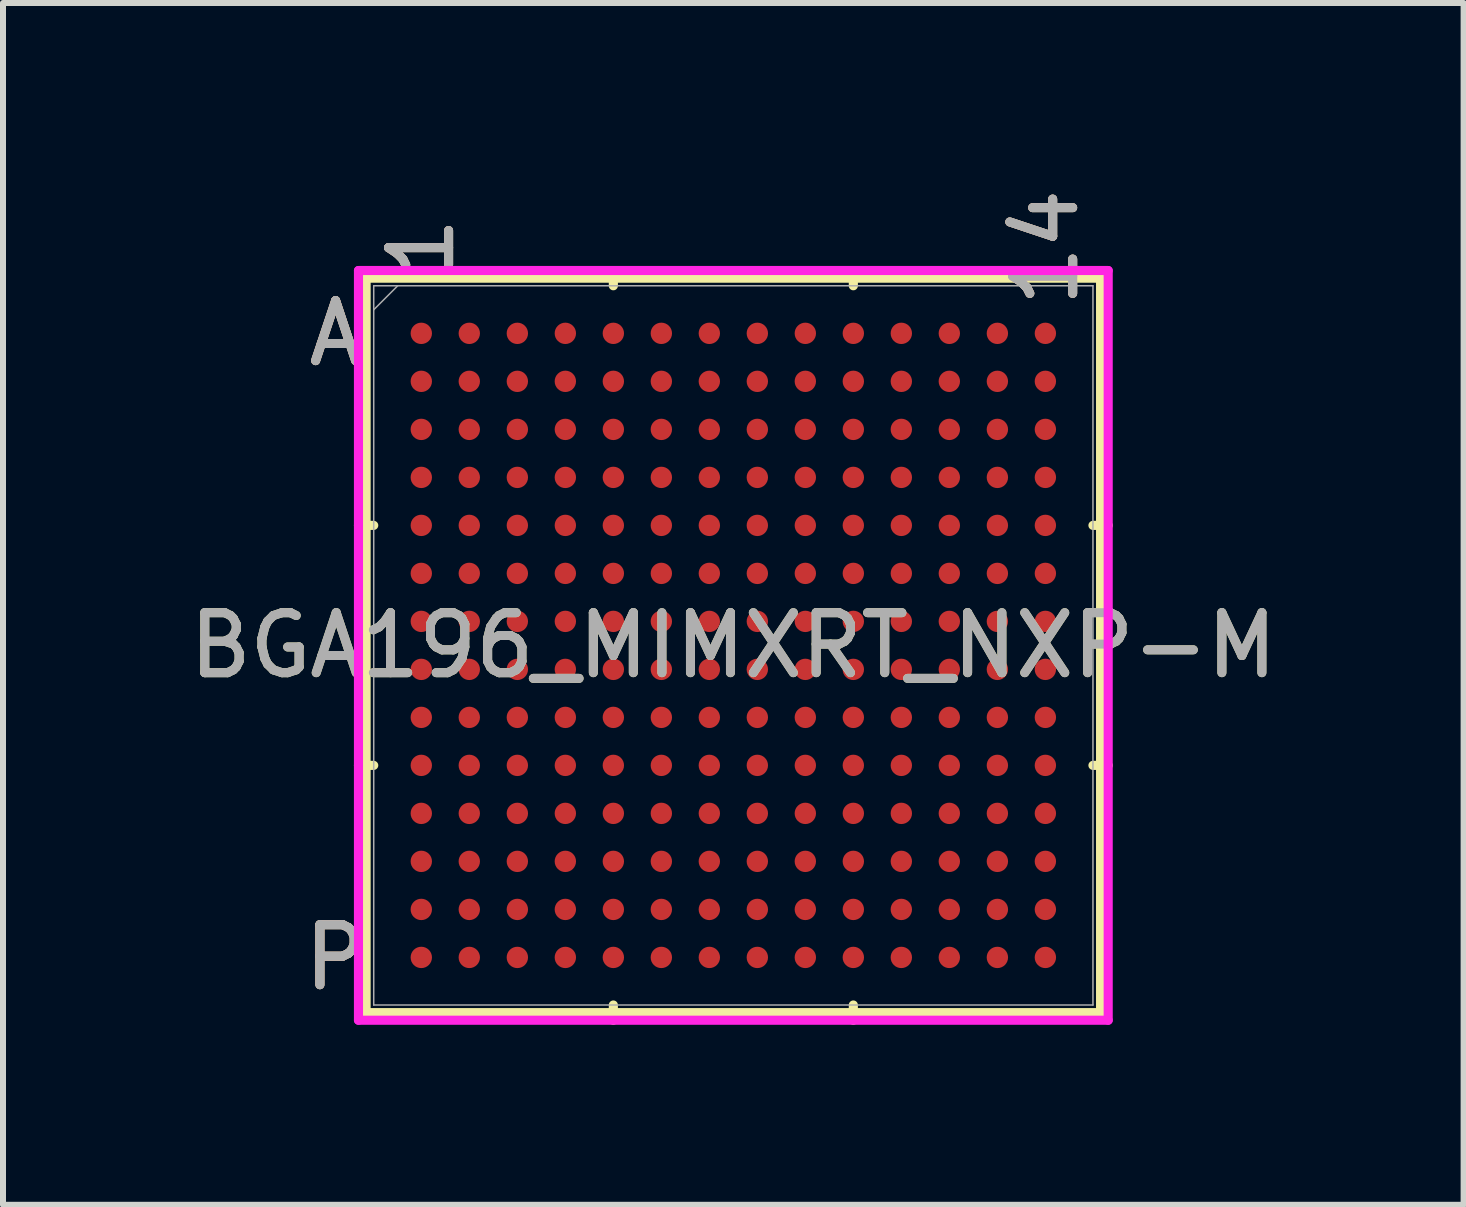
<source format=kicad_pcb>
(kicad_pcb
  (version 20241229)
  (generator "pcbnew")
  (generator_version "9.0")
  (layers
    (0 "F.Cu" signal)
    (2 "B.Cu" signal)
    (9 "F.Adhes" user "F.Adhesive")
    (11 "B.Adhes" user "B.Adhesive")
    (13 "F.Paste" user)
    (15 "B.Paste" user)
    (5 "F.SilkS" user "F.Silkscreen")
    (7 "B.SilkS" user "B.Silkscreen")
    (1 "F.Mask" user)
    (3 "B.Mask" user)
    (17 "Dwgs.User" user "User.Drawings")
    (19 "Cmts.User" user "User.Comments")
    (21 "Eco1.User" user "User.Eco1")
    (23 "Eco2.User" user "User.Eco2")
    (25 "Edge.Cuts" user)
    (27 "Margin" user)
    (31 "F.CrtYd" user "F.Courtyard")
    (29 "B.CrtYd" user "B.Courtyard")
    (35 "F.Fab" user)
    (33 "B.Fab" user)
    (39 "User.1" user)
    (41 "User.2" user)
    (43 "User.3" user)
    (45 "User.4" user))
  (footprint "BGA196_MIMXRT_NXP-M"
    (layer "F.Cu")
    (at 9.173 7.707)
    (property "Reference" "BGA196_MIMXRT_NXP-M" (at 0 0 0) (unlocked yes) (layer "F.SilkS") (effects (font (size 1 1) (thickness 0.15))))
    (attr smd)
    (fp_line (start -6.121 -6.121) (end -6.121 6.121) (stroke (width 0.152) (type solid)) (layer "F.SilkS"))
    (fp_line (start -6.121 6.121) (end 6.121 6.121) (stroke (width 0.152) (type solid)) (layer "F.SilkS"))
    (fp_line (start -5.994 -2) (end -6.248 -2) (stroke (width 0.152) (type solid)) (layer "F.SilkS"))
    (fp_line (start -5.994 2) (end -6.248 2) (stroke (width 0.152) (type solid)) (layer "F.SilkS"))
    (fp_line (start -2 -5.994) (end -2 -6.248) (stroke (width 0.152) (type solid)) (layer "F.SilkS"))
    (fp_line (start -2 5.994) (end -2 6.248) (stroke (width 0.152) (type solid)) (layer "F.SilkS"))
    (fp_line (start 2 -5.994) (end 2 -6.248) (stroke (width 0.152) (type solid)) (layer "F.SilkS"))
    (fp_line (start 2 5.994) (end 2 6.248) (stroke (width 0.152) (type solid)) (layer "F.SilkS"))
    (fp_line (start 5.994 -2) (end 6.248 -2) (stroke (width 0.152) (type solid)) (layer "F.SilkS"))
    (fp_line (start 5.994 2) (end 6.248 2) (stroke (width 0.152) (type solid)) (layer "F.SilkS"))
    (fp_line (start 6.121 -6.121) (end -6.121 -6.121) (stroke (width 0.152) (type solid)) (layer "F.SilkS"))
    (fp_line (start 6.121 6.121) (end 6.121 -6.121) (stroke (width 0.152) (type solid)) (layer "F.SilkS"))
    (fp_poly (pts (xy -6.045 -6.045) (xy 6.045 -6.045) (xy 6.045 6.045) (xy -6.045 6.045)) (stroke (width 0.1) (type solid)) (fill no) (layer "Eco2.User"))
    (fp_line (start -6.248 -6.248) (end 6.248 -6.248) (stroke (width 0.152) (type solid)) (layer "F.CrtYd"))
    (fp_line (start -6.248 6.248) (end -6.248 -6.248) (stroke (width 0.152) (type solid)) (layer "F.CrtYd"))
    (fp_line (start 6.248 -6.248) (end 6.248 6.248) (stroke (width 0.152) (type solid)) (layer "F.CrtYd"))
    (fp_line (start 6.248 6.248) (end -6.248 6.248) (stroke (width 0.152) (type solid)) (layer "F.CrtYd"))
    (fp_line (start -5.994 -5.994) (end -5.994 5.994) (stroke (width 0.025) (type solid)) (layer "F.Fab"))
    (fp_line (start -5.994 5.994) (end 5.994 5.994) (stroke (width 0.025) (type solid)) (layer "F.Fab"))
    (fp_line (start -5.594 -5.994) (end -5.994 -5.594) (stroke (width 0.025) (type solid)) (layer "F.Fab"))
    (fp_line (start 5.994 -5.994) (end -5.994 -5.994) (stroke (width 0.025) (type solid)) (layer "F.Fab"))
    (fp_line (start 5.994 5.994) (end 5.994 -5.994) (stroke (width 0.025) (type solid)) (layer "F.Fab"))
    (fp_text user "P" (at -6.629 5.201 0) (unlocked yes) (layer "F.SilkS") (effects (font (size 1 1) (thickness 0.15))))
    (fp_text user "1" (at -5.201 -6.629 90) (unlocked yes) (layer "F.SilkS") (effects (font (size 1 1) (thickness 0.15))))
    (fp_text user "14" (at 5.201 -6.629 90) (unlocked yes) (layer "F.SilkS") (effects (font (size 1 1) (thickness 0.15))))
    (fp_text user "A" (at -6.629 -5.201 0) (unlocked yes) (layer "F.SilkS") (effects (font (size 1 1) (thickness 0.15))))
    (fp_text user "P" (at -6.629 5.201 0) (unlocked yes) (layer "B.SilkS") (effects (font (size 1 1) (thickness 0.15))))
    (fp_text user "14" (at 5.201 -6.629 90) (unlocked yes) (layer "B.SilkS") (effects (font (size 1 1) (thickness 0.15))))
    (fp_text user "A" (at -6.629 -5.201 0) (unlocked yes) (layer "B.SilkS") (effects (font (size 1 1) (thickness 0.15))))
    (fp_text user "1" (at -5.201 -6.629 90) (unlocked yes) (layer "B.SilkS") (effects (font (size 1 1) (thickness 0.15))))
    (fp_text user "P" (at -6.629 5.201 0) (unlocked yes) (layer "F.Fab") (effects (font (size 1 1) (thickness 0.15))))
    (fp_text user "1" (at -5.201 -6.629 90) (unlocked yes) (layer "F.Fab") (effects (font (size 1 1) (thickness 0.15))))
    (fp_text user "${REFERENCE}" (at 0 0 0) (unlocked yes) (layer "F.Fab") (effects (font (size 1 1) (thickness 0.15))))
    (fp_text user "A" (at -6.629 -5.201 0) (unlocked yes) (layer "F.Fab") (effects (font (size 1 1) (thickness 0.15))))
    (fp_text user "14" (at 5.201 -6.629 90) (unlocked yes) (layer "F.Fab") (effects (font (size 1 1) (thickness 0.15))))
    (pad "A1" smd circle (at -5.201 -5.201) (size 0.356 0.356) (layers "F.Cu" "F.Mask" "F.Paste"))
    (pad "A2" smd circle (at -4.401 -5.201) (size 0.356 0.356) (layers "F.Cu" "F.Mask" "F.Paste"))
    (pad "A3" smd circle (at -3.6 -5.201) (size 0.356 0.356) (layers "F.Cu" "F.Mask" "F.Paste"))
    (pad "A4" smd circle (at -2.8 -5.201) (size 0.356 0.356) (layers "F.Cu" "F.Mask" "F.Paste"))
    (pad "A5" smd circle (at -2 -5.201) (size 0.356 0.356) (layers "F.Cu" "F.Mask" "F.Paste"))
    (pad "A6" smd circle (at -1.2 -5.201) (size 0.356 0.356) (layers "F.Cu" "F.Mask" "F.Paste"))
    (pad "A7" smd circle (at -0.4 -5.201) (size 0.356 0.356) (layers "F.Cu" "F.Mask" "F.Paste"))
    (pad "A8" smd circle (at 0.4 -5.201) (size 0.356 0.356) (layers "F.Cu" "F.Mask" "F.Paste"))
    (pad "A9" smd circle (at 1.2 -5.201) (size 0.356 0.356) (layers "F.Cu" "F.Mask" "F.Paste"))
    (pad "A10" smd circle (at 2 -5.201) (size 0.356 0.356) (layers "F.Cu" "F.Mask" "F.Paste"))
    (pad "A11" smd circle (at 2.8 -5.201) (size 0.356 0.356) (layers "F.Cu" "F.Mask" "F.Paste"))
    (pad "A12" smd circle (at 3.6 -5.201) (size 0.356 0.356) (layers "F.Cu" "F.Mask" "F.Paste"))
    (pad "A13" smd circle (at 4.401 -5.201) (size 0.356 0.356) (layers "F.Cu" "F.Mask" "F.Paste"))
    (pad "A14" smd circle (at 5.201 -5.201) (size 0.356 0.356) (layers "F.Cu" "F.Mask" "F.Paste"))
    (pad "B1" smd circle (at -5.201 -4.401) (size 0.356 0.356) (layers "F.Cu" "F.Mask" "F.Paste"))
    (pad "B2" smd circle (at -4.401 -4.401) (size 0.356 0.356) (layers "F.Cu" "F.Mask" "F.Paste"))
    (pad "B3" smd circle (at -3.6 -4.401) (size 0.356 0.356) (layers "F.Cu" "F.Mask" "F.Paste"))
    (pad "B4" smd circle (at -2.8 -4.401) (size 0.356 0.356) (layers "F.Cu" "F.Mask" "F.Paste"))
    (pad "B5" smd circle (at -2 -4.401) (size 0.356 0.356) (layers "F.Cu" "F.Mask" "F.Paste"))
    (pad "B6" smd circle (at -1.2 -4.401) (size 0.356 0.356) (layers "F.Cu" "F.Mask" "F.Paste"))
    (pad "B7" smd circle (at -0.4 -4.401) (size 0.356 0.356) (layers "F.Cu" "F.Mask" "F.Paste"))
    (pad "B8" smd circle (at 0.4 -4.401) (size 0.356 0.356) (layers "F.Cu" "F.Mask" "F.Paste"))
    (pad "B9" smd circle (at 1.2 -4.401) (size 0.356 0.356) (layers "F.Cu" "F.Mask" "F.Paste"))
    (pad "B10" smd circle (at 2 -4.401) (size 0.356 0.356) (layers "F.Cu" "F.Mask" "F.Paste"))
    (pad "B11" smd circle (at 2.8 -4.401) (size 0.356 0.356) (layers "F.Cu" "F.Mask" "F.Paste"))
    (pad "B12" smd circle (at 3.6 -4.401) (size 0.356 0.356) (layers "F.Cu" "F.Mask" "F.Paste"))
    (pad "B13" smd circle (at 4.401 -4.401) (size 0.356 0.356) (layers "F.Cu" "F.Mask" "F.Paste"))
    (pad "B14" smd circle (at 5.201 -4.401) (size 0.356 0.356) (layers "F.Cu" "F.Mask" "F.Paste"))
    (pad "C1" smd circle (at -5.201 -3.6) (size 0.356 0.356) (layers "F.Cu" "F.Mask" "F.Paste"))
    (pad "C2" smd circle (at -4.401 -3.6) (size 0.356 0.356) (layers "F.Cu" "F.Mask" "F.Paste"))
    (pad "C3" smd circle (at -3.6 -3.6) (size 0.356 0.356) (layers "F.Cu" "F.Mask" "F.Paste"))
    (pad "C4" smd circle (at -2.8 -3.6) (size 0.356 0.356) (layers "F.Cu" "F.Mask" "F.Paste"))
    (pad "C5" smd circle (at -2 -3.6) (size 0.356 0.356) (layers "F.Cu" "F.Mask" "F.Paste"))
    (pad "C6" smd circle (at -1.2 -3.6) (size 0.356 0.356) (layers "F.Cu" "F.Mask" "F.Paste"))
    (pad "C7" smd circle (at -0.4 -3.6) (size 0.356 0.356) (layers "F.Cu" "F.Mask" "F.Paste"))
    (pad "C8" smd circle (at 0.4 -3.6) (size 0.356 0.356) (layers "F.Cu" "F.Mask" "F.Paste"))
    (pad "C9" smd circle (at 1.2 -3.6) (size 0.356 0.356) (layers "F.Cu" "F.Mask" "F.Paste"))
    (pad "C10" smd circle (at 2 -3.6) (size 0.356 0.356) (layers "F.Cu" "F.Mask" "F.Paste"))
    (pad "C11" smd circle (at 2.8 -3.6) (size 0.356 0.356) (layers "F.Cu" "F.Mask" "F.Paste"))
    (pad "C12" smd circle (at 3.6 -3.6) (size 0.356 0.356) (layers "F.Cu" "F.Mask" "F.Paste"))
    (pad "C13" smd circle (at 4.401 -3.6) (size 0.356 0.356) (layers "F.Cu" "F.Mask" "F.Paste"))
    (pad "C14" smd circle (at 5.201 -3.6) (size 0.356 0.356) (layers "F.Cu" "F.Mask" "F.Paste"))
    (pad "D1" smd circle (at -5.201 -2.8) (size 0.356 0.356) (layers "F.Cu" "F.Mask" "F.Paste"))
    (pad "D2" smd circle (at -4.401 -2.8) (size 0.356 0.356) (layers "F.Cu" "F.Mask" "F.Paste"))
    (pad "D3" smd circle (at -3.6 -2.8) (size 0.356 0.356) (layers "F.Cu" "F.Mask" "F.Paste"))
    (pad "D4" smd circle (at -2.8 -2.8) (size 0.356 0.356) (layers "F.Cu" "F.Mask" "F.Paste"))
    (pad "D5" smd circle (at -2 -2.8) (size 0.356 0.356) (layers "F.Cu" "F.Mask" "F.Paste"))
    (pad "D6" smd circle (at -1.2 -2.8) (size 0.356 0.356) (layers "F.Cu" "F.Mask" "F.Paste"))
    (pad "D7" smd circle (at -0.4 -2.8) (size 0.356 0.356) (layers "F.Cu" "F.Mask" "F.Paste"))
    (pad "D8" smd circle (at 0.4 -2.8) (size 0.356 0.356) (layers "F.Cu" "F.Mask" "F.Paste"))
    (pad "D9" smd circle (at 1.2 -2.8) (size 0.356 0.356) (layers "F.Cu" "F.Mask" "F.Paste"))
    (pad "D10" smd circle (at 2 -2.8) (size 0.356 0.356) (layers "F.Cu" "F.Mask" "F.Paste"))
    (pad "D11" smd circle (at 2.8 -2.8) (size 0.356 0.356) (layers "F.Cu" "F.Mask" "F.Paste"))
    (pad "D12" smd circle (at 3.6 -2.8) (size 0.356 0.356) (layers "F.Cu" "F.Mask" "F.Paste"))
    (pad "D13" smd circle (at 4.401 -2.8) (size 0.356 0.356) (layers "F.Cu" "F.Mask" "F.Paste"))
    (pad "D14" smd circle (at 5.201 -2.8) (size 0.356 0.356) (layers "F.Cu" "F.Mask" "F.Paste"))
    (pad "E1" smd circle (at -5.201 -2) (size 0.356 0.356) (layers "F.Cu" "F.Mask" "F.Paste"))
    (pad "E2" smd circle (at -4.401 -2) (size 0.356 0.356) (layers "F.Cu" "F.Mask" "F.Paste"))
    (pad "E3" smd circle (at -3.6 -2) (size 0.356 0.356) (layers "F.Cu" "F.Mask" "F.Paste"))
    (pad "E4" smd circle (at -2.8 -2) (size 0.356 0.356) (layers "F.Cu" "F.Mask" "F.Paste"))
    (pad "E5" smd circle (at -2 -2) (size 0.356 0.356) (layers "F.Cu" "F.Mask" "F.Paste"))
    (pad "E6" smd circle (at -1.2 -2) (size 0.356 0.356) (layers "F.Cu" "F.Mask" "F.Paste"))
    (pad "E7" smd circle (at -0.4 -2) (size 0.356 0.356) (layers "F.Cu" "F.Mask" "F.Paste"))
    (pad "E8" smd circle (at 0.4 -2) (size 0.356 0.356) (layers "F.Cu" "F.Mask" "F.Paste"))
    (pad "E9" smd circle (at 1.2 -2) (size 0.356 0.356) (layers "F.Cu" "F.Mask" "F.Paste"))
    (pad "E10" smd circle (at 2 -2) (size 0.356 0.356) (layers "F.Cu" "F.Mask" "F.Paste"))
    (pad "E11" smd circle (at 2.8 -2) (size 0.356 0.356) (layers "F.Cu" "F.Mask" "F.Paste"))
    (pad "E12" smd circle (at 3.6 -2) (size 0.356 0.356) (layers "F.Cu" "F.Mask" "F.Paste"))
    (pad "E13" smd circle (at 4.401 -2) (size 0.356 0.356) (layers "F.Cu" "F.Mask" "F.Paste"))
    (pad "E14" smd circle (at 5.201 -2) (size 0.356 0.356) (layers "F.Cu" "F.Mask" "F.Paste"))
    (pad "F1" smd circle (at -5.201 -1.2) (size 0.356 0.356) (layers "F.Cu" "F.Mask" "F.Paste"))
    (pad "F2" smd circle (at -4.401 -1.2) (size 0.356 0.356) (layers "F.Cu" "F.Mask" "F.Paste"))
    (pad "F3" smd circle (at -3.6 -1.2) (size 0.356 0.356) (layers "F.Cu" "F.Mask" "F.Paste"))
    (pad "F4" smd circle (at -2.8 -1.2) (size 0.356 0.356) (layers "F.Cu" "F.Mask" "F.Paste"))
    (pad "F5" smd circle (at -2 -1.2) (size 0.356 0.356) (layers "F.Cu" "F.Mask" "F.Paste"))
    (pad "F6" smd circle (at -1.2 -1.2) (size 0.356 0.356) (layers "F.Cu" "F.Mask" "F.Paste"))
    (pad "F7" smd circle (at -0.4 -1.2) (size 0.356 0.356) (layers "F.Cu" "F.Mask" "F.Paste"))
    (pad "F8" smd circle (at 0.4 -1.2) (size 0.356 0.356) (layers "F.Cu" "F.Mask" "F.Paste"))
    (pad "F9" smd circle (at 1.2 -1.2) (size 0.356 0.356) (layers "F.Cu" "F.Mask" "F.Paste"))
    (pad "F10" smd circle (at 2 -1.2) (size 0.356 0.356) (layers "F.Cu" "F.Mask" "F.Paste"))
    (pad "F11" smd circle (at 2.8 -1.2) (size 0.356 0.356) (layers "F.Cu" "F.Mask" "F.Paste"))
    (pad "F12" smd circle (at 3.6 -1.2) (size 0.356 0.356) (layers "F.Cu" "F.Mask" "F.Paste"))
    (pad "F13" smd circle (at 4.401 -1.2) (size 0.356 0.356) (layers "F.Cu" "F.Mask" "F.Paste"))
    (pad "F14" smd circle (at 5.201 -1.2) (size 0.356 0.356) (layers "F.Cu" "F.Mask" "F.Paste"))
    (pad "G1" smd circle (at -5.201 -0.4) (size 0.356 0.356) (layers "F.Cu" "F.Mask" "F.Paste"))
    (pad "G2" smd circle (at -4.401 -0.4) (size 0.356 0.356) (layers "F.Cu" "F.Mask" "F.Paste"))
    (pad "G3" smd circle (at -3.6 -0.4) (size 0.356 0.356) (layers "F.Cu" "F.Mask" "F.Paste"))
    (pad "G4" smd circle (at -2.8 -0.4) (size 0.356 0.356) (layers "F.Cu" "F.Mask" "F.Paste"))
    (pad "G5" smd circle (at -2 -0.4) (size 0.356 0.356) (layers "F.Cu" "F.Mask" "F.Paste"))
    (pad "G6" smd circle (at -1.2 -0.4) (size 0.356 0.356) (layers "F.Cu" "F.Mask" "F.Paste"))
    (pad "G7" smd circle (at -0.4 -0.4) (size 0.356 0.356) (layers "F.Cu" "F.Mask" "F.Paste"))
    (pad "G8" smd circle (at 0.4 -0.4) (size 0.356 0.356) (layers "F.Cu" "F.Mask" "F.Paste"))
    (pad "G9" smd circle (at 1.2 -0.4) (size 0.356 0.356) (layers "F.Cu" "F.Mask" "F.Paste"))
    (pad "G10" smd circle (at 2 -0.4) (size 0.356 0.356) (layers "F.Cu" "F.Mask" "F.Paste"))
    (pad "G11" smd circle (at 2.8 -0.4) (size 0.356 0.356) (layers "F.Cu" "F.Mask" "F.Paste"))
    (pad "G12" smd circle (at 3.6 -0.4) (size 0.356 0.356) (layers "F.Cu" "F.Mask" "F.Paste"))
    (pad "G13" smd circle (at 4.401 -0.4) (size 0.356 0.356) (layers "F.Cu" "F.Mask" "F.Paste"))
    (pad "G14" smd circle (at 5.201 -0.4) (size 0.356 0.356) (layers "F.Cu" "F.Mask" "F.Paste"))
    (pad "H1" smd circle (at -5.201 0.4) (size 0.356 0.356) (layers "F.Cu" "F.Mask" "F.Paste"))
    (pad "H2" smd circle (at -4.401 0.4) (size 0.356 0.356) (layers "F.Cu" "F.Mask" "F.Paste"))
    (pad "H3" smd circle (at -3.6 0.4) (size 0.356 0.356) (layers "F.Cu" "F.Mask" "F.Paste"))
    (pad "H4" smd circle (at -2.8 0.4) (size 0.356 0.356) (layers "F.Cu" "F.Mask" "F.Paste"))
    (pad "H5" smd circle (at -2 0.4) (size 0.356 0.356) (layers "F.Cu" "F.Mask" "F.Paste"))
    (pad "H6" smd circle (at -1.2 0.4) (size 0.356 0.356) (layers "F.Cu" "F.Mask" "F.Paste"))
    (pad "H7" smd circle (at -0.4 0.4) (size 0.356 0.356) (layers "F.Cu" "F.Mask" "F.Paste"))
    (pad "H8" smd circle (at 0.4 0.4) (size 0.356 0.356) (layers "F.Cu" "F.Mask" "F.Paste"))
    (pad "H9" smd circle (at 1.2 0.4) (size 0.356 0.356) (layers "F.Cu" "F.Mask" "F.Paste"))
    (pad "H10" smd circle (at 2 0.4) (size 0.356 0.356) (layers "F.Cu" "F.Mask" "F.Paste"))
    (pad "H11" smd circle (at 2.8 0.4) (size 0.356 0.356) (layers "F.Cu" "F.Mask" "F.Paste"))
    (pad "H12" smd circle (at 3.6 0.4) (size 0.356 0.356) (layers "F.Cu" "F.Mask" "F.Paste"))
    (pad "H13" smd circle (at 4.401 0.4) (size 0.356 0.356) (layers "F.Cu" "F.Mask" "F.Paste"))
    (pad "H14" smd circle (at 5.201 0.4) (size 0.356 0.356) (layers "F.Cu" "F.Mask" "F.Paste"))
    (pad "J1" smd circle (at -5.201 1.2) (size 0.356 0.356) (layers "F.Cu" "F.Mask" "F.Paste"))
    (pad "J2" smd circle (at -4.401 1.2) (size 0.356 0.356) (layers "F.Cu" "F.Mask" "F.Paste"))
    (pad "J3" smd circle (at -3.6 1.2) (size 0.356 0.356) (layers "F.Cu" "F.Mask" "F.Paste"))
    (pad "J4" smd circle (at -2.8 1.2) (size 0.356 0.356) (layers "F.Cu" "F.Mask" "F.Paste"))
    (pad "J5" smd circle (at -2 1.2) (size 0.356 0.356) (layers "F.Cu" "F.Mask" "F.Paste"))
    (pad "J6" smd circle (at -1.2 1.2) (size 0.356 0.356) (layers "F.Cu" "F.Mask" "F.Paste"))
    (pad "J7" smd circle (at -0.4 1.2) (size 0.356 0.356) (layers "F.Cu" "F.Mask" "F.Paste"))
    (pad "J8" smd circle (at 0.4 1.2) (size 0.356 0.356) (layers "F.Cu" "F.Mask" "F.Paste"))
    (pad "J9" smd circle (at 1.2 1.2) (size 0.356 0.356) (layers "F.Cu" "F.Mask" "F.Paste"))
    (pad "J10" smd circle (at 2 1.2) (size 0.356 0.356) (layers "F.Cu" "F.Mask" "F.Paste"))
    (pad "J11" smd circle (at 2.8 1.2) (size 0.356 0.356) (layers "F.Cu" "F.Mask" "F.Paste"))
    (pad "J12" smd circle (at 3.6 1.2) (size 0.356 0.356) (layers "F.Cu" "F.Mask" "F.Paste"))
    (pad "J13" smd circle (at 4.401 1.2) (size 0.356 0.356) (layers "F.Cu" "F.Mask" "F.Paste"))
    (pad "J14" smd circle (at 5.201 1.2) (size 0.356 0.356) (layers "F.Cu" "F.Mask" "F.Paste"))
    (pad "K1" smd circle (at -5.201 2) (size 0.356 0.356) (layers "F.Cu" "F.Mask" "F.Paste"))
    (pad "K2" smd circle (at -4.401 2) (size 0.356 0.356) (layers "F.Cu" "F.Mask" "F.Paste"))
    (pad "K3" smd circle (at -3.6 2) (size 0.356 0.356) (layers "F.Cu" "F.Mask" "F.Paste"))
    (pad "K4" smd circle (at -2.8 2) (size 0.356 0.356) (layers "F.Cu" "F.Mask" "F.Paste"))
    (pad "K5" smd circle (at -2 2) (size 0.356 0.356) (layers "F.Cu" "F.Mask" "F.Paste"))
    (pad "K6" smd circle (at -1.2 2) (size 0.356 0.356) (layers "F.Cu" "F.Mask" "F.Paste"))
    (pad "K7" smd circle (at -0.4 2) (size 0.356 0.356) (layers "F.Cu" "F.Mask" "F.Paste"))
    (pad "K8" smd circle (at 0.4 2) (size 0.356 0.356) (layers "F.Cu" "F.Mask" "F.Paste"))
    (pad "K9" smd circle (at 1.2 2) (size 0.356 0.356) (layers "F.Cu" "F.Mask" "F.Paste"))
    (pad "K10" smd circle (at 2 2) (size 0.356 0.356) (layers "F.Cu" "F.Mask" "F.Paste"))
    (pad "K11" smd circle (at 2.8 2) (size 0.356 0.356) (layers "F.Cu" "F.Mask" "F.Paste"))
    (pad "K12" smd circle (at 3.6 2) (size 0.356 0.356) (layers "F.Cu" "F.Mask" "F.Paste"))
    (pad "K13" smd circle (at 4.401 2) (size 0.356 0.356) (layers "F.Cu" "F.Mask" "F.Paste"))
    (pad "K14" smd circle (at 5.201 2) (size 0.356 0.356) (layers "F.Cu" "F.Mask" "F.Paste"))
    (pad "L1" smd circle (at -5.201 2.8) (size 0.356 0.356) (layers "F.Cu" "F.Mask" "F.Paste"))
    (pad "L2" smd circle (at -4.401 2.8) (size 0.356 0.356) (layers "F.Cu" "F.Mask" "F.Paste"))
    (pad "L3" smd circle (at -3.6 2.8) (size 0.356 0.356) (layers "F.Cu" "F.Mask" "F.Paste"))
    (pad "L4" smd circle (at -2.8 2.8) (size 0.356 0.356) (layers "F.Cu" "F.Mask" "F.Paste"))
    (pad "L5" smd circle (at -2 2.8) (size 0.356 0.356) (layers "F.Cu" "F.Mask" "F.Paste"))
    (pad "L6" smd circle (at -1.2 2.8) (size 0.356 0.356) (layers "F.Cu" "F.Mask" "F.Paste"))
    (pad "L7" smd circle (at -0.4 2.8) (size 0.356 0.356) (layers "F.Cu" "F.Mask" "F.Paste"))
    (pad "L8" smd circle (at 0.4 2.8) (size 0.356 0.356) (layers "F.Cu" "F.Mask" "F.Paste"))
    (pad "L9" smd circle (at 1.2 2.8) (size 0.356 0.356) (layers "F.Cu" "F.Mask" "F.Paste"))
    (pad "L10" smd circle (at 2 2.8) (size 0.356 0.356) (layers "F.Cu" "F.Mask" "F.Paste"))
    (pad "L11" smd circle (at 2.8 2.8) (size 0.356 0.356) (layers "F.Cu" "F.Mask" "F.Paste"))
    (pad "L12" smd circle (at 3.6 2.8) (size 0.356 0.356) (layers "F.Cu" "F.Mask" "F.Paste"))
    (pad "L13" smd circle (at 4.401 2.8) (size 0.356 0.356) (layers "F.Cu" "F.Mask" "F.Paste"))
    (pad "L14" smd circle (at 5.201 2.8) (size 0.356 0.356) (layers "F.Cu" "F.Mask" "F.Paste"))
    (pad "M1" smd circle (at -5.201 3.6) (size 0.356 0.356) (layers "F.Cu" "F.Mask" "F.Paste"))
    (pad "M2" smd circle (at -4.401 3.6) (size 0.356 0.356) (layers "F.Cu" "F.Mask" "F.Paste"))
    (pad "M3" smd circle (at -3.6 3.6) (size 0.356 0.356) (layers "F.Cu" "F.Mask" "F.Paste"))
    (pad "M4" smd circle (at -2.8 3.6) (size 0.356 0.356) (layers "F.Cu" "F.Mask" "F.Paste"))
    (pad "M5" smd circle (at -2 3.6) (size 0.356 0.356) (layers "F.Cu" "F.Mask" "F.Paste"))
    (pad "M6" smd circle (at -1.2 3.6) (size 0.356 0.356) (layers "F.Cu" "F.Mask" "F.Paste"))
    (pad "M7" smd circle (at -0.4 3.6) (size 0.356 0.356) (layers "F.Cu" "F.Mask" "F.Paste"))
    (pad "M8" smd circle (at 0.4 3.6) (size 0.356 0.356) (layers "F.Cu" "F.Mask" "F.Paste"))
    (pad "M9" smd circle (at 1.2 3.6) (size 0.356 0.356) (layers "F.Cu" "F.Mask" "F.Paste"))
    (pad "M10" smd circle (at 2 3.6) (size 0.356 0.356) (layers "F.Cu" "F.Mask" "F.Paste"))
    (pad "M11" smd circle (at 2.8 3.6) (size 0.356 0.356) (layers "F.Cu" "F.Mask" "F.Paste"))
    (pad "M12" smd circle (at 3.6 3.6) (size 0.356 0.356) (layers "F.Cu" "F.Mask" "F.Paste"))
    (pad "M13" smd circle (at 4.401 3.6) (size 0.356 0.356) (layers "F.Cu" "F.Mask" "F.Paste"))
    (pad "M14" smd circle (at 5.201 3.6) (size 0.356 0.356) (layers "F.Cu" "F.Mask" "F.Paste"))
    (pad "N1" smd circle (at -5.201 4.401) (size 0.356 0.356) (layers "F.Cu" "F.Mask" "F.Paste"))
    (pad "N2" smd circle (at -4.401 4.401) (size 0.356 0.356) (layers "F.Cu" "F.Mask" "F.Paste"))
    (pad "N3" smd circle (at -3.6 4.401) (size 0.356 0.356) (layers "F.Cu" "F.Mask" "F.Paste"))
    (pad "N4" smd circle (at -2.8 4.401) (size 0.356 0.356) (layers "F.Cu" "F.Mask" "F.Paste"))
    (pad "N5" smd circle (at -2 4.401) (size 0.356 0.356) (layers "F.Cu" "F.Mask" "F.Paste"))
    (pad "N6" smd circle (at -1.2 4.401) (size 0.356 0.356) (layers "F.Cu" "F.Mask" "F.Paste"))
    (pad "N7" smd circle (at -0.4 4.401) (size 0.356 0.356) (layers "F.Cu" "F.Mask" "F.Paste"))
    (pad "N8" smd circle (at 0.4 4.401) (size 0.356 0.356) (layers "F.Cu" "F.Mask" "F.Paste"))
    (pad "N9" smd circle (at 1.2 4.401) (size 0.356 0.356) (layers "F.Cu" "F.Mask" "F.Paste"))
    (pad "N10" smd circle (at 2 4.401) (size 0.356 0.356) (layers "F.Cu" "F.Mask" "F.Paste"))
    (pad "N11" smd circle (at 2.8 4.401) (size 0.356 0.356) (layers "F.Cu" "F.Mask" "F.Paste"))
    (pad "N12" smd circle (at 3.6 4.401) (size 0.356 0.356) (layers "F.Cu" "F.Mask" "F.Paste"))
    (pad "N13" smd circle (at 4.401 4.401) (size 0.356 0.356) (layers "F.Cu" "F.Mask" "F.Paste"))
    (pad "N14" smd circle (at 5.201 4.401) (size 0.356 0.356) (layers "F.Cu" "F.Mask" "F.Paste"))
    (pad "P1" smd circle (at -5.201 5.201) (size 0.356 0.356) (layers "F.Cu" "F.Mask" "F.Paste"))
    (pad "P2" smd circle (at -4.401 5.201) (size 0.356 0.356) (layers "F.Cu" "F.Mask" "F.Paste"))
    (pad "P3" smd circle (at -3.6 5.201) (size 0.356 0.356) (layers "F.Cu" "F.Mask" "F.Paste"))
    (pad "P4" smd circle (at -2.8 5.201) (size 0.356 0.356) (layers "F.Cu" "F.Mask" "F.Paste"))
    (pad "P5" smd circle (at -2 5.201) (size 0.356 0.356) (layers "F.Cu" "F.Mask" "F.Paste"))
    (pad "P6" smd circle (at -1.2 5.201) (size 0.356 0.356) (layers "F.Cu" "F.Mask" "F.Paste"))
    (pad "P7" smd circle (at -0.4 5.201) (size 0.356 0.356) (layers "F.Cu" "F.Mask" "F.Paste"))
    (pad "P8" smd circle (at 0.4 5.201) (size 0.356 0.356) (layers "F.Cu" "F.Mask" "F.Paste"))
    (pad "P9" smd circle (at 1.2 5.201) (size 0.356 0.356) (layers "F.Cu" "F.Mask" "F.Paste"))
    (pad "P10" smd circle (at 2 5.201) (size 0.356 0.356) (layers "F.Cu" "F.Mask" "F.Paste"))
    (pad "P11" smd circle (at 2.8 5.201) (size 0.356 0.356) (layers "F.Cu" "F.Mask" "F.Paste"))
    (pad "P12" smd circle (at 3.6 5.201) (size 0.356 0.356) (layers "F.Cu" "F.Mask" "F.Paste"))
    (pad "P13" smd circle (at 4.401 5.201) (size 0.356 0.356) (layers "F.Cu" "F.Mask" "F.Paste"))
    (pad "P14" smd circle (at 5.201 5.201) (size 0.356 0.356) (layers "F.Cu" "F.Mask" "F.Paste")))
  (gr_rect
    (start -3 -3)
    (end 21.345 17.031)
    (stroke (width 0.1) (type default))
    (fill no)
    (layer "Edge.Cuts")))
</source>
